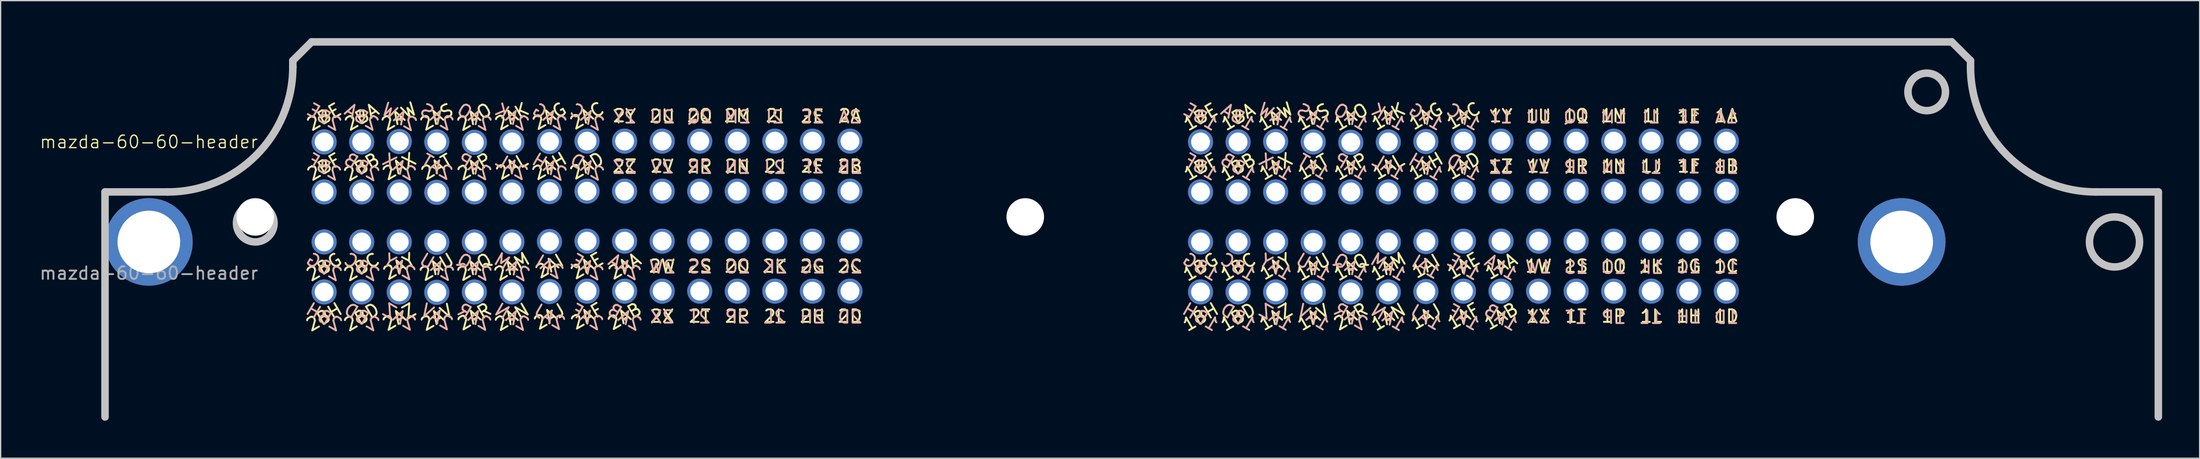
<source format=kicad_pcb>
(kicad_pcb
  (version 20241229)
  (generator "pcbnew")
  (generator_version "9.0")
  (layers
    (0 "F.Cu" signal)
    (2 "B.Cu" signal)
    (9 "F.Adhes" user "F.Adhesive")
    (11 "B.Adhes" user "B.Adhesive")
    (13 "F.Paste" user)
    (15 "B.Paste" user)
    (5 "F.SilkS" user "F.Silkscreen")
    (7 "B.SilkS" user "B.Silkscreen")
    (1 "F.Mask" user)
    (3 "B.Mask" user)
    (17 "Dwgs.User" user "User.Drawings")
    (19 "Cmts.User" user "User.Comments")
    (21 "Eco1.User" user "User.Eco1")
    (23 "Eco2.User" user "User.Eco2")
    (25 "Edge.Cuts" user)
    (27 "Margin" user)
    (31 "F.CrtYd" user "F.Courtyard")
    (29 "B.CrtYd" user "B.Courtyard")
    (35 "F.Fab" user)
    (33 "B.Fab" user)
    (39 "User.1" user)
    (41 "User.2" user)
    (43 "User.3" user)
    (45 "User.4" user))
  (footprint "mazda-60-60-header"
    (layer "F.Cu")
    (at 8.839 16.3)
    (property "Reference" "mazda-60-60-header" (at 0 -8 0) (unlocked yes) (layer "F.SilkS") (effects (font (size 1 1) (thickness 0.1))))
    (attr through_hole)
    (fp_line (start -3.5 -4) (end 1.5 -4) (stroke (width 0.6) (type solid)) (layer "Dwgs.User"))
    (fp_line (start -3.5 14) (end -3.5 -4) (stroke (width 0.6) (type solid)) (layer "Dwgs.User"))
    (fp_line (start 11.5 -14.5) (end 13 -16) (stroke (width 0.6) (type solid)) (layer "Dwgs.User"))
    (fp_line (start 11.5 -14) (end 11.5 -14.5) (stroke (width 0.6) (type solid)) (layer "Dwgs.User"))
    (fp_line (start 13 -16) (end 144 -16) (stroke (width 0.6) (type solid)) (layer "Dwgs.User"))
    (fp_line (start 144 -16) (end 145.5 -14.5) (stroke (width 0.6) (type solid)) (layer "Dwgs.User"))
    (fp_line (start 145.5 -14.5) (end 145.5 -14) (stroke (width 0.6) (type solid)) (layer "Dwgs.User"))
    (fp_line (start 155.5 -4) (end 160.5 -4) (stroke (width 0.6) (type solid)) (layer "Dwgs.User"))
    (fp_line (start 160.5 -4) (end 160.5 14) (stroke (width 0.6) (type solid)) (layer "Dwgs.User"))
    (fp_arc (start 11.5 -14) (mid 8.571068 -6.928932) (end 1.5 -4) (stroke (width 0.6) (type solid)) (layer "Dwgs.User"))
    (fp_arc (start 155.5 -4) (mid 148.428932 -6.928932) (end 145.5 -14) (stroke (width 0.6) (type solid)) (layer "Dwgs.User"))
    (fp_circle (center 0 0) (end -2 0) (stroke (width 0.6) (type solid)) (fill no) (layer "Dwgs.User"))
    (fp_circle (center 8.5 -1.5) (end 7 -1.5) (stroke (width 0.6) (type solid)) (fill no) (layer "Dwgs.User"))
    (fp_circle (center 142 -12) (end 140.5 -12) (stroke (width 0.6) (type solid)) (fill no) (layer "Dwgs.User"))
    (fp_circle (center 157 0) (end 155 0) (stroke (width 0.6) (type solid)) (fill no) (layer "Dwgs.User"))
    (fp_text user "1AJ" (at 102 5.968 30) (unlocked yes) (layer "F.SilkS") (effects (font (size 1 1) (thickness 0.15))))
    (fp_text user "1AZ" (at 90 6 30) (unlocked yes) (layer "F.SilkS") (effects (font (size 1 1) (thickness 0.15))))
    (fp_text user "1X" (at 111 5.936 0) (unlocked yes) (layer "F.SilkS") (effects (font (size 1 1) (thickness 0.15))))
    (fp_text user "1AY" (at 90 1.968 30) (unlocked yes) (layer "F.SilkS") (effects (font (size 1 1) (thickness 0.15))))
    (fp_text user "2BC" (at 17 2 30) (unlocked yes) (layer "F.SilkS") (effects (font (size 1 1) (thickness 0.15))))
    (fp_text user "1BH" (at 84 6 30) (unlocked yes) (layer "F.SilkS") (effects (font (size 1 1) (thickness 0.15))))
    (fp_text user "1D" (at 126 5.936 0) (unlocked yes) (layer "F.SilkS") (effects (font (size 1 1) (thickness 0.15))))
    (fp_text user "2G" (at 53 1.936 0) (unlocked yes) (layer "F.SilkS") (effects (font (size 1 1) (thickness 0.15))))
    (fp_text user "1W" (at 111 1.936 0) (unlocked yes) (layer "F.SilkS") (effects (font (size 1 1) (thickness 0.15))))
    (fp_text user "1C" (at 126 1.936 0) (unlocked yes) (layer "F.SilkS") (effects (font (size 1 1) (thickness 0.15))))
    (fp_text user "1I" (at 120 -10.096 0) (unlocked yes) (layer "F.SilkS") (effects (font (size 1 1) (thickness 0.15))))
    (fp_text user "1BA" (at 87 -10 30) (unlocked yes) (layer "F.SilkS") (effects (font (size 1 1) (thickness 0.15))))
    (fp_text user "1BC" (at 87 2 30) (unlocked yes) (layer "F.SilkS") (effects (font (size 1 1) (thickness 0.15))))
    (fp_text user "2AA" (at 38 1.936 30) (unlocked yes) (layer "F.SilkS") (effects (font (size 1 1) (thickness 0.15))))
    (fp_text user "2D" (at 56 5.936 0) (unlocked yes) (layer "F.SilkS") (effects (font (size 1 1) (thickness 0.15))))
    (fp_text user "1AA" (at 108 1.936 30) (unlocked yes) (layer "F.SilkS") (effects (font (size 1 1) (thickness 0.15))))
    (fp_text user "1A" (at 126 -10.096 0) (unlocked yes) (layer "F.SilkS") (effects (font (size 1 1) (thickness 0.15))))
    (fp_text user "2AX" (at 20 -6.032 30) (unlocked yes) (layer "F.SilkS") (effects (font (size 1 1) (thickness 0.15))))
    (fp_text user "1E" (at 123 -10.064 0) (unlocked yes) (layer "F.SilkS") (effects (font (size 1 1) (thickness 0.15))))
    (fp_text user "1Q" (at 114 -10.096 0) (unlocked yes) (layer "F.SilkS") (effects (font (size 1 1) (thickness 0.15))))
    (fp_text user "2AL" (at 29 -6.032 30) (unlocked yes) (layer "F.SilkS") (effects (font (size 1 1) (thickness 0.15))))
    (fp_text user "1O" (at 117 1.936 0) (unlocked yes) (layer "F.SilkS") (effects (font (size 1 1) (thickness 0.15))))
    (fp_text user "2BG" (at 14 2 30) (unlocked yes) (layer "F.SilkS") (effects (font (size 1 1) (thickness 0.15))))
    (fp_text user "2AG" (at 32 -10.064 30) (unlocked yes) (layer "F.SilkS") (effects (font (size 1 1) (thickness 0.15))))
    (fp_text user "2BF" (at 14 -6 30) (unlocked yes) (layer "F.SilkS") (effects (font (size 1 1) (thickness 0.15))))
    (fp_text user "1AH" (at 102 -6.064 30) (unlocked yes) (layer "F.SilkS") (effects (font (size 1 1) (thickness 0.15))))
    (fp_text user "2P" (at 47 5.936 0) (unlocked yes) (layer "F.SilkS") (effects (font (size 1 1) (thickness 0.15))))
    (fp_text user "2BA" (at 17 -10 30) (unlocked yes) (layer "F.SilkS") (effects (font (size 1 1) (thickness 0.15))))
    (fp_text user "1AQ" (at 96 2 30) (unlocked yes) (layer "F.SilkS") (effects (font (size 1 1) (thickness 0.15))))
    (fp_text user "1S" (at 114 1.936 0) (unlocked yes) (layer "F.SilkS") (effects (font (size 1 1) (thickness 0.15))))
    (fp_text user "2AE" (at 35 1.904 30) (unlocked yes) (layer "F.SilkS") (effects (font (size 1 1) (thickness 0.15))))
    (fp_text user "1L" (at 120 5.936 0) (unlocked yes) (layer "F.SilkS") (effects (font (size 1 1) (thickness 0.15))))
    (fp_text user "1K" (at 120 1.936 0) (unlocked yes) (layer "F.SilkS") (effects (font (size 1 1) (thickness 0.15))))
    (fp_text user "2AV" (at 23 6.032 30) (unlocked yes) (layer "F.SilkS") (effects (font (size 1 1) (thickness 0.15))))
    (fp_text user "2AK" (at 29 -10.032 30) (unlocked yes) (layer "F.SilkS") (effects (font (size 1 1) (thickness 0.15))))
    (fp_text user "1AG" (at 102 -10.064 30) (unlocked yes) (layer "F.SilkS") (effects (font (size 1 1) (thickness 0.15))))
    (fp_text user "1BG" (at 84 2 30) (unlocked yes) (layer "F.SilkS") (effects (font (size 1 1) (thickness 0.15))))
    (fp_text user "2BB" (at 17 -6 30) (unlocked yes) (layer "F.SilkS") (effects (font (size 1 1) (thickness 0.15))))
    (fp_text user "2W" (at 41 1.936 0) (unlocked yes) (layer "F.SilkS") (effects (font (size 1 1) (thickness 0.15))))
    (fp_text user "2BH" (at 14 6 30) (unlocked yes) (layer "F.SilkS") (effects (font (size 1 1) (thickness 0.15))))
    (fp_text user "2A" (at 56 -10.096 0) (unlocked yes) (layer "F.SilkS") (effects (font (size 1 1) (thickness 0.15))))
    (fp_text user "2AC" (at 35 -10.096 30) (unlocked yes) (layer "F.SilkS") (effects (font (size 1 1) (thickness 0.15))))
    (fp_text user "2S" (at 44 1.936 0) (unlocked yes) (layer "F.SilkS") (effects (font (size 1 1) (thickness 0.15))))
    (fp_text user "1N" (at 117 -6.064 0) (unlocked yes) (layer "F.SilkS") (effects (font (size 1 1) (thickness 0.15))))
    (fp_text user "1Z" (at 108 -6.064 0) (unlocked yes) (layer "F.SilkS") (effects (font (size 1 1) (thickness 0.15))))
    (fp_text user "2AW" (at 20 -10.032 30) (unlocked yes) (layer "F.SilkS") (effects (font (size 1 1) (thickness 0.15))))
    (fp_text user "2I" (at 50 -10.096 0) (unlocked yes) (layer "F.SilkS") (effects (font (size 1 1) (thickness 0.15))))
    (fp_text user "2AF" (at 35 5.936 30) (unlocked yes) (layer "F.SilkS") (effects (font (size 1 1) (thickness 0.15))))
    (fp_text user "1T" (at 114 5.936 0) (unlocked yes) (layer "F.SilkS") (effects (font (size 1 1) (thickness 0.15))))
    (fp_text user "2AS" (at 23 -10 30) (unlocked yes) (layer "F.SilkS") (effects (font (size 1 1) (thickness 0.15))))
    (fp_text user "2X" (at 41 5.936 0) (unlocked yes) (layer "F.SilkS") (effects (font (size 1 1) (thickness 0.15))))
    (fp_text user "2U" (at 41 -10.064 0) (unlocked yes) (layer "F.SilkS") (effects (font (size 1 1) (thickness 0.15))))
    (fp_text user "2AQ" (at 26 2 30) (unlocked yes) (layer "F.SilkS") (effects (font (size 1 1) (thickness 0.15))))
    (fp_text user "2B" (at 56 -6.064 0) (unlocked yes) (layer "F.SilkS") (effects (font (size 1 1) (thickness 0.15))))
    (fp_text user "2H" (at 53 5.936 0) (unlocked yes) (layer "F.SilkS") (effects (font (size 1 1) (thickness 0.15))))
    (fp_text user "2AN" (at 29 6 30) (unlocked yes) (layer "F.SilkS") (effects (font (size 1 1) (thickness 0.15))))
    (fp_text user "2AM" (at 29 1.968 30) (unlocked yes) (layer "F.SilkS") (effects (font (size 1 1) (thickness 0.15))))
    (fp_text user "1AO" (at 96 -10 30) (unlocked yes) (layer "F.SilkS") (effects (font (size 1 1) (thickness 0.15))))
    (fp_text user "2V" (at 41 -6.064 0) (unlocked yes) (layer "F.SilkS") (effects (font (size 1 1) (thickness 0.15))))
    (fp_text user "1H" (at 123 5.936 0) (unlocked yes) (layer "F.SilkS") (effects (font (size 1 1) (thickness 0.15))))
    (fp_text user "1AS" (at 93 -10 30) (unlocked yes) (layer "F.SilkS") (effects (font (size 1 1) (thickness 0.15))))
    (fp_text user "2K" (at 50 1.936 0) (unlocked yes) (layer "F.SilkS") (effects (font (size 1 1) (thickness 0.15))))
    (fp_text user "1U" (at 111 -10.064 0) (unlocked yes) (layer "F.SilkS") (effects (font (size 1 1) (thickness 0.15))))
    (fp_text user "2AP" (at 26 -6.032 30) (unlocked yes) (layer "F.SilkS") (effects (font (size 1 1) (thickness 0.15))))
    (fp_text user "2AD" (at 35 -6.096 30) (unlocked yes) (layer "F.SilkS") (effects (font (size 1 1) (thickness 0.15))))
    (fp_text user "1AE" (at 105 1.904 30) (unlocked yes) (layer "F.SilkS") (effects (font (size 1 1) (thickness 0.15))))
    (fp_text user "1AF" (at 105 5.936 30) (unlocked yes) (layer "F.SilkS") (effects (font (size 1 1) (thickness 0.15))))
    (fp_text user "1AP" (at 96 -6.032 30) (unlocked yes) (layer "F.SilkS") (effects (font (size 1 1) (thickness 0.15))))
    (fp_text user "1G" (at 123 1.936 0) (unlocked yes) (layer "F.SilkS") (effects (font (size 1 1) (thickness 0.15))))
    (fp_text user "2Q" (at 44 -10.096 0) (unlocked yes) (layer "F.SilkS") (effects (font (size 1 1) (thickness 0.15))))
    (fp_text user "1AX" (at 90 -6.032 30) (unlocked yes) (layer "F.SilkS") (effects (font (size 1 1) (thickness 0.15))))
    (fp_text user "1R" (at 114 -6.064 0) (unlocked yes) (layer "F.SilkS") (effects (font (size 1 1) (thickness 0.15))))
    (fp_text user "1AB" (at 108 5.936 30) (unlocked yes) (layer "F.SilkS") (effects (font (size 1 1) (thickness 0.15))))
    (fp_text user "1B" (at 126 -6.064 0) (unlocked yes) (layer "F.SilkS") (effects (font (size 1 1) (thickness 0.15))))
    (fp_text user "2AY" (at 20 1.968 30) (unlocked yes) (layer "F.SilkS") (effects (font (size 1 1) (thickness 0.15))))
    (fp_text user "1AT" (at 93 -6 30) (unlocked yes) (layer "F.SilkS") (effects (font (size 1 1) (thickness 0.15))))
    (fp_text user "2AU" (at 23 2 30) (unlocked yes) (layer "F.SilkS") (effects (font (size 1 1) (thickness 0.15))))
    (fp_text user "2AT" (at 23 -6 30) (unlocked yes) (layer "F.SilkS") (effects (font (size 1 1) (thickness 0.15))))
    (fp_text user "1V" (at 111 -6.064 0) (unlocked yes) (layer "F.SilkS") (effects (font (size 1 1) (thickness 0.15))))
    (fp_text user "1AU" (at 93 2 30) (unlocked yes) (layer "F.SilkS") (effects (font (size 1 1) (thickness 0.15))))
    (fp_text user "2AR" (at 96 5.968 30) (unlocked yes) (layer "F.SilkS") (effects (font (size 1 1) (thickness 0.15))))
    (fp_text user "1BB" (at 87 -6 30) (unlocked yes) (layer "F.SilkS") (effects (font (size 1 1) (thickness 0.15))))
    (fp_text user "2N" (at 47 -6.064 0) (unlocked yes) (layer "F.SilkS") (effects (font (size 1 1) (thickness 0.15))))
    (fp_text user "2BD" (at 17 6 30) (unlocked yes) (layer "F.SilkS") (effects (font (size 1 1) (thickness 0.15))))
    (fp_text user "2Y" (at 38 -10.096 0) (unlocked yes) (layer "F.SilkS") (effects (font (size 1 1) (thickness 0.15))))
    (fp_text user "2AH" (at 32 -6.064 30) (unlocked yes) (layer "F.SilkS") (effects (font (size 1 1) (thickness 0.15))))
    (fp_text user "2C" (at 56 1.936 0) (unlocked yes) (layer "F.SilkS") (effects (font (size 1 1) (thickness 0.15))))
    (fp_text user "2E" (at 53 -10.064 0) (unlocked yes) (layer "F.SilkS") (effects (font (size 1 1) (thickness 0.15))))
    (fp_text user "2T" (at 44 5.936 0) (unlocked yes) (layer "F.SilkS") (effects (font (size 1 1) (thickness 0.15))))
    (fp_text user "1AC" (at 105 -10.096 30) (unlocked yes) (layer "F.SilkS") (effects (font (size 1 1) (thickness 0.15))))
    (fp_text user "1AD" (at 105 -6.096 30) (unlocked yes) (layer "F.SilkS") (effects (font (size 1 1) (thickness 0.15))))
    (fp_text user "1AN" (at 99 6 30) (unlocked yes) (layer "F.SilkS") (effects (font (size 1 1) (thickness 0.15))))
    (fp_text user "2AZ" (at 20 6 30) (unlocked yes) (layer "F.SilkS") (effects (font (size 1 1) (thickness 0.15))))
    (fp_text user "1F" (at 123 -6.064 0) (unlocked yes) (layer "F.SilkS") (effects (font (size 1 1) (thickness 0.15))))
    (fp_text user "1AI" (at 102 1.936 30) (unlocked yes) (layer "F.SilkS") (effects (font (size 1 1) (thickness 0.15))))
    (fp_text user "1M" (at 117 -10.096 0) (unlocked yes) (layer "F.SilkS") (effects (font (size 1 1) (thickness 0.15))))
    (fp_text user "2J" (at 50 -6.064 0) (unlocked yes) (layer "F.SilkS") (effects (font (size 1 1) (thickness 0.15))))
    (fp_text user "2M" (at 47 -10.096 0) (unlocked yes) (layer "F.SilkS") (effects (font (size 1 1) (thickness 0.15))))
    (fp_text user "1P" (at 117 5.936 0) (unlocked yes) (layer "F.SilkS") (effects (font (size 1 1) (thickness 0.15))))
    (fp_text user "2BE" (at 14 -10 30) (unlocked yes) (layer "F.SilkS") (effects (font (size 1 1) (thickness 0.15))))
    (fp_text user "2AB" (at 38 5.936 30) (unlocked yes) (layer "F.SilkS") (effects (font (size 1 1) (thickness 0.15))))
    (fp_text user "1AW" (at 90 -10.032 30) (unlocked yes) (layer "F.SilkS") (effects (font (size 1 1) (thickness 0.15))))
    (fp_text user "2O" (at 47 1.936 0) (unlocked yes) (layer "F.SilkS") (effects (font (size 1 1) (thickness 0.15))))
    (fp_text user "2R" (at 44 -6.064 0) (unlocked yes) (layer "F.SilkS") (effects (font (size 1 1) (thickness 0.15))))
    (fp_text user "2AO" (at 26 -10 30) (unlocked yes) (layer "F.SilkS") (effects (font (size 1 1) (thickness 0.15))))
    (fp_text user "2L" (at 50 5.936 0) (unlocked yes) (layer "F.SilkS") (effects (font (size 1 1) (thickness 0.15))))
    (fp_text user "1AK" (at 99 -10.032 30) (unlocked yes) (layer "F.SilkS") (effects (font (size 1 1) (thickness 0.15))))
    (fp_text user "1AL" (at 99 -6.032 30) (unlocked yes) (layer "F.SilkS") (effects (font (size 1 1) (thickness 0.15))))
    (fp_text user "1J" (at 120 -6.064 0) (unlocked yes) (layer "F.SilkS") (effects (font (size 1 1) (thickness 0.15))))
    (fp_text user "2AR" (at 26 5.968 30) (unlocked yes) (layer "F.SilkS") (effects (font (size 1 1) (thickness 0.15))))
    (fp_text user "1BE" (at 84 -10 30) (unlocked yes) (layer "F.SilkS") (effects (font (size 1 1) (thickness 0.15))))
    (fp_text user "1BF" (at 84 -6 30) (unlocked yes) (layer "F.SilkS") (effects (font (size 1 1) (thickness 0.15))))
    (fp_text user "2Z" (at 38 -6.064 0) (unlocked yes) (layer "F.SilkS") (effects (font (size 1 1) (thickness 0.15))))
    (fp_text user "1BD" (at 87 6 30) (unlocked yes) (layer "F.SilkS") (effects (font (size 1 1) (thickness 0.15))))
    (fp_text user "1Y" (at 108 -10.096 0) (unlocked yes) (layer "F.SilkS") (effects (font (size 1 1) (thickness 0.15))))
    (fp_text user "1AM" (at 99 1.968 30) (unlocked yes) (layer "F.SilkS") (effects (font (size 1 1) (thickness 0.15))))
    (fp_text user "1AV" (at 93 6.032 30) (unlocked yes) (layer "F.SilkS") (effects (font (size 1 1) (thickness 0.15))))
    (fp_text user "2AI" (at 32 1.936 30) (unlocked yes) (layer "F.SilkS") (effects (font (size 1 1) (thickness 0.15))))
    (fp_text user "2F" (at 53 -6.064 0) (unlocked yes) (layer "F.SilkS") (effects (font (size 1 1) (thickness 0.15))))
    (fp_text user "2AJ" (at 32 5.968 30) (unlocked yes) (layer "F.SilkS") (effects (font (size 1 1) (thickness 0.15))))
    (fp_text user "1T" (at 114 6.032 0) (unlocked yes) (layer "B.SilkS") (effects (font (size 1 1) (thickness 0.15)) (justify mirror)))
    (fp_text user "1BA" (at 87 -10 330) (unlocked yes) (layer "B.SilkS") (effects (font (size 1 1) (thickness 0.15)) (justify mirror)))
    (fp_text user "1M" (at 117 -10 0) (unlocked yes) (layer "B.SilkS") (effects (font (size 1 1) (thickness 0.15)) (justify mirror)))
    (fp_text user "2B" (at 56 -5.968 0) (unlocked yes) (layer "B.SilkS") (effects (font (size 1 1) (thickness 0.15)) (justify mirror)))
    (fp_text user "2U" (at 41 -10 0) (unlocked yes) (layer "B.SilkS") (effects (font (size 1 1) (thickness 0.15)) (justify mirror)))
    (fp_text user "2AC" (at 35 -10 330) (unlocked yes) (layer "B.SilkS") (effects (font (size 1 1) (thickness 0.15)) (justify mirror)))
    (fp_text user "1S" (at 114 2.032 0) (unlocked yes) (layer "B.SilkS") (effects (font (size 1 1) (thickness 0.15)) (justify mirror)))
    (fp_text user "1AW" (at 90 -10 330) (unlocked yes) (layer "B.SilkS") (effects (font (size 1 1) (thickness 0.15)) (justify mirror)))
    (fp_text user "1AP" (at 96 -6.032 330) (unlocked yes) (layer "B.SilkS") (effects (font (size 1 1) (thickness 0.15)) (justify mirror)))
    (fp_text user "2AS" (at 23 -10 330) (unlocked yes) (layer "B.SilkS") (effects (font (size 1 1) (thickness 0.15)) (justify mirror)))
    (fp_text user "1BF" (at 84 -6 330) (unlocked yes) (layer "B.SilkS") (effects (font (size 1 1) (thickness 0.15)) (justify mirror)))
    (fp_text user "1BC" (at 87 2 330) (unlocked yes) (layer "B.SilkS") (effects (font (size 1 1) (thickness 0.15)) (justify mirror)))
    (fp_text user "2L" (at 50 6 0) (unlocked yes) (layer "B.SilkS") (effects (font (size 1 1) (thickness 0.15)) (justify mirror)))
    (fp_text user "1G" (at 123 2 0) (unlocked yes) (layer "B.SilkS") (effects (font (size 1 1) (thickness 0.15)) (justify mirror)))
    (fp_text user "2Z" (at 38 -5.968 0) (unlocked yes) (layer "B.SilkS") (effects (font (size 1 1) (thickness 0.15)) (justify mirror)))
    (fp_text user "1H" (at 123 6 0) (unlocked yes) (layer "B.SilkS") (effects (font (size 1 1) (thickness 0.15)) (justify mirror)))
    (fp_text user "2BE" (at 14 -10 330) (unlocked yes) (layer "B.SilkS") (effects (font (size 1 1) (thickness 0.15)) (justify mirror)))
    (fp_text user "1AC" (at 105 -10 330) (unlocked yes) (layer "B.SilkS") (effects (font (size 1 1) (thickness 0.15)) (justify mirror)))
    (fp_text user "2AQ" (at 26 2 330) (unlocked yes) (layer "B.SilkS") (effects (font (size 1 1) (thickness 0.15)) (justify mirror)))
    (fp_text user "2AB" (at 38 6 330) (unlocked yes) (layer "B.SilkS") (effects (font (size 1 1) (thickness 0.15)) (justify mirror)))
    (fp_text user "2AJ" (at 32 6 330) (unlocked yes) (layer "B.SilkS") (effects (font (size 1 1) (thickness 0.15)) (justify mirror)))
    (fp_text user "2N" (at 47 -5.968 0) (unlocked yes) (layer "B.SilkS") (effects (font (size 1 1) (thickness 0.15)) (justify mirror)))
    (fp_text user "2Q" (at 44 -10 0) (unlocked yes) (layer "B.SilkS") (effects (font (size 1 1) (thickness 0.15)) (justify mirror)))
    (fp_text user "2E" (at 53 -10 0) (unlocked yes) (layer "B.SilkS") (effects (font (size 1 1) (thickness 0.15)) (justify mirror)))
    (fp_text user "2AN" (at 29 6 330) (unlocked yes) (layer "B.SilkS") (effects (font (size 1 1) (thickness 0.15)) (justify mirror)))
    (fp_text user "1AS" (at 93 -10 330) (unlocked yes) (layer "B.SilkS") (effects (font (size 1 1) (thickness 0.15)) (justify mirror)))
    (fp_text user "1V" (at 111 -6 0) (unlocked yes) (layer "B.SilkS") (effects (font (size 1 1) (thickness 0.15)) (justify mirror)))
    (fp_text user "1J" (at 120 -5.968 0) (unlocked yes) (layer "B.SilkS") (effects (font (size 1 1) (thickness 0.15)) (justify mirror)))
    (fp_text user "1Z" (at 108 -5.968 0) (unlocked yes) (layer "B.SilkS") (effects (font (size 1 1) (thickness 0.15)) (justify mirror)))
    (fp_text user "2F" (at 53 -6 0) (unlocked yes) (layer "B.SilkS") (effects (font (size 1 1) (thickness 0.15)) (justify mirror)))
    (fp_text user "1AI" (at 102 2 330) (unlocked yes) (layer "B.SilkS") (effects (font (size 1 1) (thickness 0.15)) (justify mirror)))
    (fp_text user "2AD" (at 35 -6 330) (unlocked yes) (layer "B.SilkS") (effects (font (size 1 1) (thickness 0.15)) (justify mirror)))
    (fp_text user "1BG" (at 84 2 330) (unlocked yes) (layer "B.SilkS") (effects (font (size 1 1) (thickness 0.15)) (justify mirror)))
    (fp_text user "2AM" (at 29 2 330) (unlocked yes) (layer "B.SilkS") (effects (font (size 1 1) (thickness 0.15)) (justify mirror)))
    (fp_text user "1AJ" (at 102 6.032 330) (unlocked yes) (layer "B.SilkS") (effects (font (size 1 1) (thickness 0.15)) (justify mirror)))
    (fp_text user "1U" (at 111 -10 0) (unlocked yes) (layer "B.SilkS") (effects (font (size 1 1) (thickness 0.15)) (justify mirror)))
    (fp_text user "2AF" (at 35 6 330) (unlocked yes) (layer "B.SilkS") (effects (font (size 1 1) (thickness 0.15)) (justify mirror)))
    (fp_text user "1E" (at 123 -10 0) (unlocked yes) (layer "B.SilkS") (effects (font (size 1 1) (thickness 0.15)) (justify mirror)))
    (fp_text user "1AL" (at 99 -6 330) (unlocked yes) (layer "B.SilkS") (effects (font (size 1 1) (thickness 0.15)) (justify mirror)))
    (fp_text user "1BB" (at 87 -6 330) (unlocked yes) (layer "B.SilkS") (effects (font (size 1 1) (thickness 0.15)) (justify mirror)))
    (fp_text user "2AW" (at 20 -10 330) (unlocked yes) (layer "B.SilkS") (effects (font (size 1 1) (thickness 0.15)) (justify mirror)))
    (fp_text user "1AX" (at 90 -6 330) (unlocked yes) (layer "B.SilkS") (effects (font (size 1 1) (thickness 0.15)) (justify mirror)))
    (fp_text user "1F" (at 123 -6 0) (unlocked yes) (layer "B.SilkS") (effects (font (size 1 1) (thickness 0.15)) (justify mirror)))
    (fp_text user "1AT" (at 93 -6 330) (unlocked yes) (layer "B.SilkS") (effects (font (size 1 1) (thickness 0.15)) (justify mirror)))
    (fp_text user "1AG" (at 102 -10 330) (unlocked yes) (layer "B.SilkS") (effects (font (size 1 1) (thickness 0.15)) (justify mirror)))
    (fp_text user "2AK" (at 29 -10 330) (unlocked yes) (layer "B.SilkS") (effects (font (size 1 1) (thickness 0.15)) (justify mirror)))
    (fp_text user "1AD" (at 105 -6 330) (unlocked yes) (layer "B.SilkS") (effects (font (size 1 1) (thickness 0.15)) (justify mirror)))
    (fp_text user "1W" (at 111 2 0) (unlocked yes) (layer "B.SilkS") (effects (font (size 1 1) (thickness 0.15)) (justify mirror)))
    (fp_text user "2AV" (at 23 6 330) (unlocked yes) (layer "B.SilkS") (effects (font (size 1 1) (thickness 0.15)) (justify mirror)))
    (fp_text user "1N" (at 117 -5.968 0) (unlocked yes) (layer "B.SilkS") (effects (font (size 1 1) (thickness 0.15)) (justify mirror)))
    (fp_text user "2K" (at 50 2 0) (unlocked yes) (layer "B.SilkS") (effects (font (size 1 1) (thickness 0.15)) (justify mirror)))
    (fp_text user "1Q" (at 114 -10 0) (unlocked yes) (layer "B.SilkS") (effects (font (size 1 1) (thickness 0.15)) (justify mirror)))
    (fp_text user "2BD" (at 17 6 330) (unlocked yes) (layer "B.SilkS") (effects (font (size 1 1) (thickness 0.15)) (justify mirror)))
    (fp_text user "2O" (at 47 2 0) (unlocked yes) (layer "B.SilkS") (effects (font (size 1 1) (thickness 0.15)) (justify mirror)))
    (fp_text user "2AE" (at 35 2 330) (unlocked yes) (layer "B.SilkS") (effects (font (size 1 1) (thickness 0.15)) (justify mirror)))
    (fp_text user "1Y" (at 108 -10 0) (unlocked yes) (layer "B.SilkS") (effects (font (size 1 1) (thickness 0.15)) (justify mirror)))
    (fp_text user "1AE" (at 105 2 330) (unlocked yes) (layer "B.SilkS") (effects (font (size 1 1) (thickness 0.15)) (justify mirror)))
    (fp_text user "2AO" (at 26 -10 330) (unlocked yes) (layer "B.SilkS") (effects (font (size 1 1) (thickness 0.15)) (justify mirror)))
    (fp_text user "2AX" (at 20 -6 330) (unlocked yes) (layer "B.SilkS") (effects (font (size 1 1) (thickness 0.15)) (justify mirror)))
    (fp_text user "1BD" (at 87 6 330) (unlocked yes) (layer "B.SilkS") (effects (font (size 1 1) (thickness 0.15)) (justify mirror)))
    (fp_text user "1AA" (at 108 2.032 330) (unlocked yes) (layer "B.SilkS") (effects (font (size 1 1) (thickness 0.15)) (justify mirror)))
    (fp_text user "1AV" (at 93 6.032 330) (unlocked yes) (layer "B.SilkS") (effects (font (size 1 1) (thickness 0.15)) (justify mirror)))
    (fp_text user "2AU" (at 23 2 330) (unlocked yes) (layer "B.SilkS") (effects (font (size 1 1) (thickness 0.15)) (justify mirror)))
    (fp_text user "1AM" (at 99 2 330) (unlocked yes) (layer "B.SilkS") (effects (font (size 1 1) (thickness 0.15)) (justify mirror)))
    (fp_text user "2C" (at 56 2 0) (unlocked yes) (layer "B.SilkS") (effects (font (size 1 1) (thickness 0.15)) (justify mirror)))
    (fp_text user "2AA" (at 38 2 330) (unlocked yes) (layer "B.SilkS") (effects (font (size 1 1) (thickness 0.15)) (justify mirror)))
    (fp_text user "2AZ" (at 20 6 330) (unlocked yes) (layer "B.SilkS") (effects (font (size 1 1) (thickness 0.15)) (justify mirror)))
    (fp_text user "1K" (at 120 2.032 0) (unlocked yes) (layer "B.SilkS") (effects (font (size 1 1) (thickness 0.15)) (justify mirror)))
    (fp_text user "2AP" (at 26 -6.032 330) (unlocked yes) (layer "B.SilkS") (effects (font (size 1 1) (thickness 0.15)) (justify mirror)))
    (fp_text user "2AY" (at 20 2 330) (unlocked yes) (layer "B.SilkS") (effects (font (size 1 1) (thickness 0.15)) (justify mirror)))
    (fp_text user "1X" (at 111 6 0) (unlocked yes) (layer "B.SilkS") (effects (font (size 1 1) (thickness 0.15)) (justify mirror)))
    (fp_text user "2T" (at 44 6 0) (unlocked yes) (layer "B.SilkS") (effects (font (size 1 1) (thickness 0.15)) (justify mirror)))
    (fp_text user "2H" (at 53 6 0) (unlocked yes) (layer "B.SilkS") (effects (font (size 1 1) (thickness 0.15)) (justify mirror)))
    (fp_text user "2V" (at 41 -6 0) (unlocked yes) (layer "B.SilkS") (effects (font (size 1 1) (thickness 0.15)) (justify mirror)))
    (fp_text user "2X" (at 41 6 0) (unlocked yes) (layer "B.SilkS") (effects (font (size 1 1) (thickness 0.15)) (justify mirror)))
    (fp_text user "1B" (at 126 -5.968 0) (unlocked yes) (layer "B.SilkS") (effects (font (size 1 1) (thickness 0.15)) (justify mirror)))
    (fp_text user "2BC" (at 17 2 330) (unlocked yes) (layer "B.SilkS") (effects (font (size 1 1) (thickness 0.15)) (justify mirror)))
    (fp_text user "2AL" (at 29 -6 330) (unlocked yes) (layer "B.SilkS") (effects (font (size 1 1) (thickness 0.15)) (justify mirror)))
    (fp_text user "1AN" (at 99 6.032 330) (unlocked yes) (layer "B.SilkS") (effects (font (size 1 1) (thickness 0.15)) (justify mirror)))
    (fp_text user "1I" (at 120 -10 0) (unlocked yes) (layer "B.SilkS") (effects (font (size 1 1) (thickness 0.15)) (justify mirror)))
    (fp_text user "1D" (at 126 6.032 0) (unlocked yes) (layer "B.SilkS") (effects (font (size 1 1) (thickness 0.15)) (justify mirror)))
    (fp_text user "2AR" (at 26 6 330) (unlocked yes) (layer "B.SilkS") (effects (font (size 1 1) (thickness 0.15)) (justify mirror)))
    (fp_text user "2AH" (at 32 -6 330) (unlocked yes) (layer "B.SilkS") (effects (font (size 1 1) (thickness 0.15)) (justify mirror)))
    (fp_text user "2BB" (at 17 -6 330) (unlocked yes) (layer "B.SilkS") (effects (font (size 1 1) (thickness 0.15)) (justify mirror)))
    (fp_text user "1AY" (at 90 2 330) (unlocked yes) (layer "B.SilkS") (effects (font (size 1 1) (thickness 0.15)) (justify mirror)))
    (fp_text user "2AI" (at 32 2 330) (unlocked yes) (layer "B.SilkS") (effects (font (size 1 1) (thickness 0.15)) (justify mirror)))
    (fp_text user "2BA" (at 17 -10 330) (unlocked yes) (layer "B.SilkS") (effects (font (size 1 1) (thickness 0.15)) (justify mirror)))
    (fp_text user "1A" (at 126 -10 0) (unlocked yes) (layer "B.SilkS") (effects (font (size 1 1) (thickness 0.15)) (justify mirror)))
    (fp_text user "1AQ" (at 96 2 330) (unlocked yes) (layer "B.SilkS") (effects (font (size 1 1) (thickness 0.15)) (justify mirror)))
    (fp_text user "2Y" (at 38 -10 0) (unlocked yes) (layer "B.SilkS") (effects (font (size 1 1) (thickness 0.15)) (justify mirror)))
    (fp_text user "2S" (at 44 2 0) (unlocked yes) (layer "B.SilkS") (effects (font (size 1 1) (thickness 0.15)) (justify mirror)))
    (fp_text user "1AF" (at 105 6.032 330) (unlocked yes) (layer "B.SilkS") (effects (font (size 1 1) (thickness 0.15)) (justify mirror)))
    (fp_text user "2R" (at 44 -5.968 0) (unlocked yes) (layer "B.SilkS") (effects (font (size 1 1) (thickness 0.15)) (justify mirror)))
    (fp_text user "2BF" (at 14 -6 330) (unlocked yes) (layer "B.SilkS") (effects (font (size 1 1) (thickness 0.15)) (justify mirror)))
    (fp_text user "1AK" (at 99 -10 330) (unlocked yes) (layer "B.SilkS") (effects (font (size 1 1) (thickness 0.15)) (justify mirror)))
    (fp_text user "2M" (at 47 -10 0) (unlocked yes) (layer "B.SilkS") (effects (font (size 1 1) (thickness 0.15)) (justify mirror)))
    (fp_text user "1P" (at 117 6.032 0) (unlocked yes) (layer "B.SilkS") (effects (font (size 1 1) (thickness 0.15)) (justify mirror)))
    (fp_text user "1L" (at 120 6.032 0) (unlocked yes) (layer "B.SilkS") (effects (font (size 1 1) (thickness 0.15)) (justify mirror)))
    (fp_text user "1R" (at 114 -5.968 0) (unlocked yes) (layer "B.SilkS") (effects (font (size 1 1) (thickness 0.15)) (justify mirror)))
    (fp_text user "2G" (at 53 2 0) (unlocked yes) (layer "B.SilkS") (effects (font (size 1 1) (thickness 0.15)) (justify mirror)))
    (fp_text user "1C" (at 126 2.032 0) (unlocked yes) (layer "B.SilkS") (effects (font (size 1 1) (thickness 0.15)) (justify mirror)))
    (fp_text user "2BH" (at 14 6 330) (unlocked yes) (layer "B.SilkS") (effects (font (size 1 1) (thickness 0.15)) (justify mirror)))
    (fp_text user "2AR" (at 96 5.968 330) (unlocked yes) (layer "B.SilkS") (effects (font (size 1 1) (thickness 0.15)) (justify mirror)))
    (fp_text user "1AU" (at 93 2 330) (unlocked yes) (layer "B.SilkS") (effects (font (size 1 1) (thickness 0.15)) (justify mirror)))
    (fp_text user "2A" (at 56 -10 0) (unlocked yes) (layer "B.SilkS") (effects (font (size 1 1) (thickness 0.15)) (justify mirror)))
    (fp_text user "2I" (at 50 -10 0) (unlocked yes) (layer "B.SilkS") (effects (font (size 1 1) (thickness 0.15)) (justify mirror)))
    (fp_text user "2AG" (at 32 -10 330) (unlocked yes) (layer "B.SilkS") (effects (font (size 1 1) (thickness 0.15)) (justify mirror)))
    (fp_text user "1AO" (at 96 -10 330) (unlocked yes) (layer "B.SilkS") (effects (font (size 1 1) (thickness 0.15)) (justify mirror)))
    (fp_text user "2J" (at 50 -5.968 0) (unlocked yes) (layer "B.SilkS") (effects (font (size 1 1) (thickness 0.15)) (justify mirror)))
    (fp_text user "2P" (at 47 6 0) (unlocked yes) (layer "B.SilkS") (effects (font (size 1 1) (thickness 0.15)) (justify mirror)))
    (fp_text user "2AT" (at 23 -6 330) (unlocked yes) (layer "B.SilkS") (effects (font (size 1 1) (thickness 0.15)) (justify mirror)))
    (fp_text user "2BG" (at 14 2 330) (unlocked yes) (layer "B.SilkS") (effects (font (size 1 1) (thickness 0.15)) (justify mirror)))
    (fp_text user "2W" (at 41 2 0) (unlocked yes) (layer "B.SilkS") (effects (font (size 1 1) (thickness 0.15)) (justify mirror)))
    (fp_text user "1O" (at 117 2.032 0) (unlocked yes) (layer "B.SilkS") (effects (font (size 1 1) (thickness 0.15)) (justify mirror)))
    (fp_text user "1AZ" (at 90 6.032 330) (unlocked yes) (layer "B.SilkS") (effects (font (size 1 1) (thickness 0.15)) (justify mirror)))
    (fp_text user "1BE" (at 84 -10 330) (unlocked yes) (layer "B.SilkS") (effects (font (size 1 1) (thickness 0.15)) (justify mirror)))
    (fp_text user "1AH" (at 102 -6 330) (unlocked yes) (layer "B.SilkS") (effects (font (size 1 1) (thickness 0.15)) (justify mirror)))
    (fp_text user "2D" (at 56 6 0) (unlocked yes) (layer "B.SilkS") (effects (font (size 1 1) (thickness 0.15)) (justify mirror)))
    (fp_text user "1BH" (at 84 6 330) (unlocked yes) (layer "B.SilkS") (effects (font (size 1 1) (thickness 0.15)) (justify mirror)))
    (fp_text user "1AB" (at 108 6.032 330) (unlocked yes) (layer "B.SilkS") (effects (font (size 1 1) (thickness 0.15)) (justify mirror)))
    (fp_text user "${REFERENCE}" (at 0 2.5 0) (unlocked yes) (layer "F.Fab") (effects (font (size 1 1) (thickness 0.15))))
    (pad "" np_thru_hole circle (at 8.5 -2) (size 3 3) (drill 3) (layers "*.Cu" "*.Mask"))
    (pad "" np_thru_hole circle (at 70 -2) (size 3 3) (drill 3) (layers "*.Cu" "*.Mask"))
    (pad "" np_thru_hole circle (at 131.5 -2) (size 3 3) (drill 3) (layers "*.Cu" "*.Mask"))
    (pad "0" thru_hole circle (at 0 0) (size 7 7) (drill 5) (layers "*.Cu" "*.Mask"))
    (pad "0" thru_hole circle (at 140 0) (size 7 7) (drill 5) (layers "*.Cu" "*.Mask"))
    (pad "1A" thru_hole circle (at 126 -8.064) (size 2 2) (drill 1.5) (layers "*.Cu" "*.Mask"))
    (pad "1AA" thru_hole circle (at 108 -0.064) (size 2 2) (drill 1.5) (layers "*.Cu" "*.Mask"))
    (pad "1AB" thru_hole circle (at 108 3.936) (size 2 2) (drill 1.5) (layers "*.Cu" "*.Mask"))
    (pad "1AC" thru_hole circle (at 105 -8.064) (size 2 2) (drill 1.5) (layers "*.Cu" "*.Mask"))
    (pad "1AD" thru_hole circle (at 105 -4.064) (size 2 2) (drill 1.5) (layers "*.Cu" "*.Mask"))
    (pad "1AE" thru_hole circle (at 105 -0.064) (size 2 2) (drill 1.5) (layers "*.Cu" "*.Mask"))
    (pad "1AF" thru_hole circle (at 105 3.936) (size 2 2) (drill 1.5) (layers "*.Cu" "*.Mask"))
    (pad "1AG" thru_hole circle (at 102 -8.032) (size 2 2) (drill 1.5) (layers "*.Cu" "*.Mask"))
    (pad "1AH" thru_hole circle (at 102 -4.032) (size 2 2) (drill 1.5) (layers "*.Cu" "*.Mask"))
    (pad "1AI" thru_hole circle (at 102 -0.032) (size 2 2) (drill 1.5) (layers "*.Cu" "*.Mask"))
    (pad "1AJ" thru_hole circle (at 102 3.968) (size 2 2) (drill 1.5) (layers "*.Cu" "*.Mask"))
    (pad "1AK" thru_hole circle (at 99 -8) (size 2 2) (drill 1.5) (layers "*.Cu" "*.Mask"))
    (pad "1AL" thru_hole circle (at 99 -4) (size 2 2) (drill 1.5) (layers "*.Cu" "*.Mask"))
    (pad "1AM" thru_hole circle (at 99 0) (size 2 2) (drill 1.5) (layers "*.Cu" "*.Mask"))
    (pad "1AN" thru_hole circle (at 99 4) (size 2 2) (drill 1.5) (layers "*.Cu" "*.Mask"))
    (pad "1AO" thru_hole circle (at 96 -7.968) (size 2 2) (drill 1.5) (layers "*.Cu" "*.Mask"))
    (pad "1AP" thru_hole circle (at 96 -4) (size 2 2) (drill 1.5) (layers "*.Cu" "*.Mask"))
    (pad "1AQ" thru_hole circle (at 96 0) (size 2 2) (drill 1.5) (layers "*.Cu" "*.Mask"))
    (pad "1AR" thru_hole circle (at 96 4) (size 2 2) (drill 1.5) (layers "*.Cu" "*.Mask"))
    (pad "1AS" thru_hole circle (at 93 -8) (size 2 2) (drill 1.5) (layers "*.Cu" "*.Mask"))
    (pad "1AT" thru_hole circle (at 93 -3.968) (size 2 2) (drill 1.5) (layers "*.Cu" "*.Mask"))
    (pad "1AU" thru_hole circle (at 93 0.032) (size 2 2) (drill 1.5) (layers "*.Cu" "*.Mask"))
    (pad "1AV" thru_hole circle (at 93 4.032) (size 2 2) (drill 1.5) (layers "*.Cu" "*.Mask"))
    (pad "1AW" thru_hole circle (at 90 -8.032) (size 2 2) (drill 1.5) (layers "*.Cu" "*.Mask"))
    (pad "1AX" thru_hole circle (at 90 -4) (size 2 2) (drill 1.5) (layers "*.Cu" "*.Mask"))
    (pad "1AY" thru_hole circle (at 90 0) (size 2 2) (drill 1.5) (layers "*.Cu" "*.Mask"))
    (pad "1AZ" thru_hole circle (at 90 4) (size 2 2) (drill 1.5) (layers "*.Cu" "*.Mask"))
    (pad "1B" thru_hole circle (at 126 -4.064) (size 2 2) (drill 1.5) (layers "*.Cu" "*.Mask"))
    (pad "1BA" thru_hole circle (at 87 -8) (size 2 2) (drill 1.5) (layers "*.Cu" "*.Mask"))
    (pad "1BB" thru_hole circle (at 87 -4) (size 2 2) (drill 1.5) (layers "*.Cu" "*.Mask"))
    (pad "1BC" thru_hole circle (at 87 0) (size 2 2) (drill 1.5) (layers "*.Cu" "*.Mask"))
    (pad "1BD" thru_hole circle (at 87 4) (size 2 2) (drill 1.5) (layers "*.Cu" "*.Mask"))
    (pad "1BE" thru_hole circle (at 84 -8) (size 2 2) (drill 1.5) (layers "*.Cu" "*.Mask"))
    (pad "1BF" thru_hole circle (at 84 -4) (size 2 2) (drill 1.5) (layers "*.Cu" "*.Mask"))
    (pad "1BG" thru_hole circle (at 84 0) (size 2 2) (drill 1.5) (layers "*.Cu" "*.Mask"))
    (pad "1BH" thru_hole circle (at 84 4) (size 2 2) (drill 1.5) (layers "*.Cu" "*.Mask"))
    (pad "1C" thru_hole circle (at 126 -0.064) (size 2 2) (drill 1.5) (layers "*.Cu" "*.Mask"))
    (pad "1D" thru_hole circle (at 126 3.936) (size 2 2) (drill 1.5) (layers "*.Cu" "*.Mask"))
    (pad "1E" thru_hole circle (at 123 -8.064) (size 2 2) (drill 1.5) (layers "*.Cu" "*.Mask"))
    (pad "1F" thru_hole circle (at 123 -4.064) (size 2 2) (drill 1.5) (layers "*.Cu" "*.Mask"))
    (pad "1G" thru_hole circle (at 123 -0.064) (size 2 2) (drill 1.5) (layers "*.Cu" "*.Mask"))
    (pad "1H" thru_hole circle (at 123 3.936) (size 2 2) (drill 1.5) (layers "*.Cu" "*.Mask"))
    (pad "1I" thru_hole circle (at 120 -8.064) (size 2 2) (drill 1.5) (layers "*.Cu" "*.Mask"))
    (pad "1J" thru_hole circle (at 120 -4.064) (size 2 2) (drill 1.5) (layers "*.Cu" "*.Mask"))
    (pad "1K" thru_hole circle (at 120 -0.064) (size 2 2) (drill 1.5) (layers "*.Cu" "*.Mask"))
    (pad "1L" thru_hole circle (at 120 3.936) (size 2 2) (drill 1.5) (layers "*.Cu" "*.Mask"))
    (pad "1M" thru_hole circle (at 117 -8.064) (size 2 2) (drill 1.5) (layers "*.Cu" "*.Mask"))
    (pad "1N" thru_hole circle (at 117 -4.064) (size 2 2) (drill 1.5) (layers "*.Cu" "*.Mask"))
    (pad "1O" thru_hole circle (at 117 -0.064) (size 2 2) (drill 1.5) (layers "*.Cu" "*.Mask"))
    (pad "1P" thru_hole circle (at 117 3.936) (size 2 2) (drill 1.5) (layers "*.Cu" "*.Mask"))
    (pad "1Q" thru_hole circle (at 114 -8.064) (size 2 2) (drill 1.5) (layers "*.Cu" "*.Mask"))
    (pad "1R" thru_hole circle (at 114 -4.064) (size 2 2) (drill 1.5) (layers "*.Cu" "*.Mask"))
    (pad "1S" thru_hole circle (at 114 -0.064) (size 2 2) (drill 1.5) (layers "*.Cu" "*.Mask"))
    (pad "1T" thru_hole circle (at 114 3.936) (size 2 2) (drill 1.5) (layers "*.Cu" "*.Mask"))
    (pad "1U" thru_hole circle (at 111 -8.064) (size 2 2) (drill 1.5) (layers "*.Cu" "*.Mask"))
    (pad "1V" thru_hole circle (at 111 -4.064) (size 2 2) (drill 1.5) (layers "*.Cu" "*.Mask"))
    (pad "1W" thru_hole circle (at 111 -0.064) (size 2 2) (drill 1.5) (layers "*.Cu" "*.Mask"))
    (pad "1X" thru_hole circle (at 111 3.936) (size 2 2) (drill 1.5) (layers "*.Cu" "*.Mask"))
    (pad "1Y" thru_hole circle (at 108 -8.064) (size 2 2) (drill 1.5) (layers "*.Cu" "*.Mask"))
    (pad "1Z" thru_hole circle (at 108 -4.064) (size 2 2) (drill 1.5) (layers "*.Cu" "*.Mask"))
    (pad "2A" thru_hole circle (at 56 -8.064) (size 2 2) (drill 1.5) (layers "*.Cu" "*.Mask"))
    (pad "2AA" thru_hole circle (at 38 -0.064) (size 2 2) (drill 1.5) (layers "*.Cu" "*.Mask"))
    (pad "2AB" thru_hole circle (at 38 3.936) (size 2 2) (drill 1.5) (layers "*.Cu" "*.Mask"))
    (pad "2AC" thru_hole circle (at 35 -8.064) (size 2 2) (drill 1.5) (layers "*.Cu" "*.Mask"))
    (pad "2AD" thru_hole circle (at 35 -4.064) (size 2 2) (drill 1.5) (layers "*.Cu" "*.Mask"))
    (pad "2AE" thru_hole circle (at 35 -0.064) (size 2 2) (drill 1.5) (layers "*.Cu" "*.Mask"))
    (pad "2AF" thru_hole circle (at 35 3.936) (size 2 2) (drill 1.5) (layers "*.Cu" "*.Mask"))
    (pad "2AG" thru_hole circle (at 32 -8.032) (size 2 2) (drill 1.5) (layers "*.Cu" "*.Mask"))
    (pad "2AH" thru_hole circle (at 32 -4.032) (size 2 2) (drill 1.5) (layers "*.Cu" "*.Mask"))
    (pad "2AI" thru_hole circle (at 32 -0.032) (size 2 2) (drill 1.5) (layers "*.Cu" "*.Mask"))
    (pad "2AJ" thru_hole circle (at 32 3.968) (size 2 2) (drill 1.5) (layers "*.Cu" "*.Mask"))
    (pad "2AK" thru_hole circle (at 29 -8) (size 2 2) (drill 1.5) (layers "*.Cu" "*.Mask"))
    (pad "2AL" thru_hole circle (at 29 -4) (size 2 2) (drill 1.5) (layers "*.Cu" "*.Mask"))
    (pad "2AM" thru_hole circle (at 29 0) (size 2 2) (drill 1.5) (layers "*.Cu" "*.Mask"))
    (pad "2AN" thru_hole circle (at 29 4) (size 2 2) (drill 1.5) (layers "*.Cu" "*.Mask"))
    (pad "2AO" thru_hole circle (at 26 -7.968) (size 2 2) (drill 1.5) (layers "*.Cu" "*.Mask"))
    (pad "2AP" thru_hole circle (at 26 -4) (size 2 2) (drill 1.5) (layers "*.Cu" "*.Mask"))
    (pad "2AQ" thru_hole circle (at 26 0) (size 2 2) (drill 1.5) (layers "*.Cu" "*.Mask"))
    (pad "2AR" thru_hole circle (at 26 4) (size 2 2) (drill 1.5) (layers "*.Cu" "*.Mask"))
    (pad "2AS" thru_hole circle (at 23 -8) (size 2 2) (drill 1.5) (layers "*.Cu" "*.Mask"))
    (pad "2AT" thru_hole circle (at 23 -3.968) (size 2 2) (drill 1.5) (layers "*.Cu" "*.Mask"))
    (pad "2AU" thru_hole circle (at 23 0.032) (size 2 2) (drill 1.5) (layers "*.Cu" "*.Mask"))
    (pad "2AV" thru_hole circle (at 23 4.032) (size 2 2) (drill 1.5) (layers "*.Cu" "*.Mask"))
    (pad "2AW" thru_hole circle (at 20 -8.032) (size 2 2) (drill 1.5) (layers "*.Cu" "*.Mask"))
    (pad "2AX" thru_hole circle (at 20 -4) (size 2 2) (drill 1.5) (layers "*.Cu" "*.Mask"))
    (pad "2AY" thru_hole circle (at 20 0) (size 2 2) (drill 1.5) (layers "*.Cu" "*.Mask"))
    (pad "2AZ" thru_hole circle (at 20 4) (size 2 2) (drill 1.5) (layers "*.Cu" "*.Mask"))
    (pad "2B" thru_hole circle (at 56 -4.064) (size 2 2) (drill 1.5) (layers "*.Cu" "*.Mask"))
    (pad "2BA" thru_hole circle (at 17 -8) (size 2 2) (drill 1.5) (layers "*.Cu" "*.Mask"))
    (pad "2BB" thru_hole circle (at 17 -4) (size 2 2) (drill 1.5) (layers "*.Cu" "*.Mask"))
    (pad "2BC" thru_hole circle (at 17 0) (size 2 2) (drill 1.5) (layers "*.Cu" "*.Mask"))
    (pad "2BD" thru_hole circle (at 17 4) (size 2 2) (drill 1.5) (layers "*.Cu" "*.Mask"))
    (pad "2BE" thru_hole circle (at 14 -8) (size 2 2) (drill 1.5) (layers "*.Cu" "*.Mask"))
    (pad "2BF" thru_hole circle (at 14 -4) (size 2 2) (drill 1.5) (layers "*.Cu" "*.Mask"))
    (pad "2BG" thru_hole circle (at 14 0) (size 2 2) (drill 1.5) (layers "*.Cu" "*.Mask"))
    (pad "2BH" thru_hole circle (at 14 4) (size 2 2) (drill 1.5) (layers "*.Cu" "*.Mask"))
    (pad "2C" thru_hole circle (at 56 -0.064) (size 2 2) (drill 1.5) (layers "*.Cu" "*.Mask"))
    (pad "2D" thru_hole circle (at 56 3.936) (size 2 2) (drill 1.5) (layers "*.Cu" "*.Mask"))
    (pad "2E" thru_hole circle (at 53 -8.064) (size 2 2) (drill 1.5) (layers "*.Cu" "*.Mask"))
    (pad "2F" thru_hole circle (at 53 -4.064) (size 2 2) (drill 1.5) (layers "*.Cu" "*.Mask"))
    (pad "2G" thru_hole circle (at 53 -0.064) (size 2 2) (drill 1.5) (layers "*.Cu" "*.Mask"))
    (pad "2H" thru_hole circle (at 53 3.936) (size 2 2) (drill 1.5) (layers "*.Cu" "*.Mask"))
    (pad "2I" thru_hole circle (at 50 -8.064) (size 2 2) (drill 1.5) (layers "*.Cu" "*.Mask"))
    (pad "2J" thru_hole circle (at 50 -4.064) (size 2 2) (drill 1.5) (layers "*.Cu" "*.Mask"))
    (pad "2K" thru_hole circle (at 50 -0.064) (size 2 2) (drill 1.5) (layers "*.Cu" "*.Mask"))
    (pad "2L" thru_hole circle (at 50 3.936) (size 2 2) (drill 1.5) (layers "*.Cu" "*.Mask"))
    (pad "2M" thru_hole circle (at 47 -8.064) (size 2 2) (drill 1.5) (layers "*.Cu" "*.Mask"))
    (pad "2N" thru_hole circle (at 47 -4.064) (size 2 2) (drill 1.5) (layers "*.Cu" "*.Mask"))
    (pad "2O" thru_hole circle (at 47 -0.064) (size 2 2) (drill 1.5) (layers "*.Cu" "*.Mask"))
    (pad "2P" thru_hole circle (at 47 3.936) (size 2 2) (drill 1.5) (layers "*.Cu" "*.Mask"))
    (pad "2Q" thru_hole circle (at 44 -8.064) (size 2 2) (drill 1.5) (layers "*.Cu" "*.Mask"))
    (pad "2R" thru_hole circle (at 44 -4.064) (size 2 2) (drill 1.5) (layers "*.Cu" "*.Mask"))
    (pad "2S" thru_hole circle (at 44 -0.064) (size 2 2) (drill 1.5) (layers "*.Cu" "*.Mask"))
    (pad "2T" thru_hole circle (at 44 3.936) (size 2 2) (drill 1.5) (layers "*.Cu" "*.Mask"))
    (pad "2U" thru_hole circle (at 41 -8.064) (size 2 2) (drill 1.5) (layers "*.Cu" "*.Mask"))
    (pad "2V" thru_hole circle (at 41 -4.064) (size 2 2) (drill 1.5) (layers "*.Cu" "*.Mask"))
    (pad "2W" thru_hole circle (at 41 -0.064) (size 2 2) (drill 1.5) (layers "*.Cu" "*.Mask"))
    (pad "2X" thru_hole circle (at 41 3.936) (size 2 2) (drill 1.5) (layers "*.Cu" "*.Mask"))
    (pad "2Y" thru_hole circle (at 38 -8.064) (size 2 2) (drill 1.5) (layers "*.Cu" "*.Mask"))
    (pad "2Z" thru_hole circle (at 38 -4.064) (size 2 2) (drill 1.5) (layers "*.Cu" "*.Mask")))
  (gr_rect
    (start -3 -3)
    (end 172.639 33.6)
    (stroke (width 0.1) (type default))
    (fill no)
    (layer "Edge.Cuts")))
</source>
